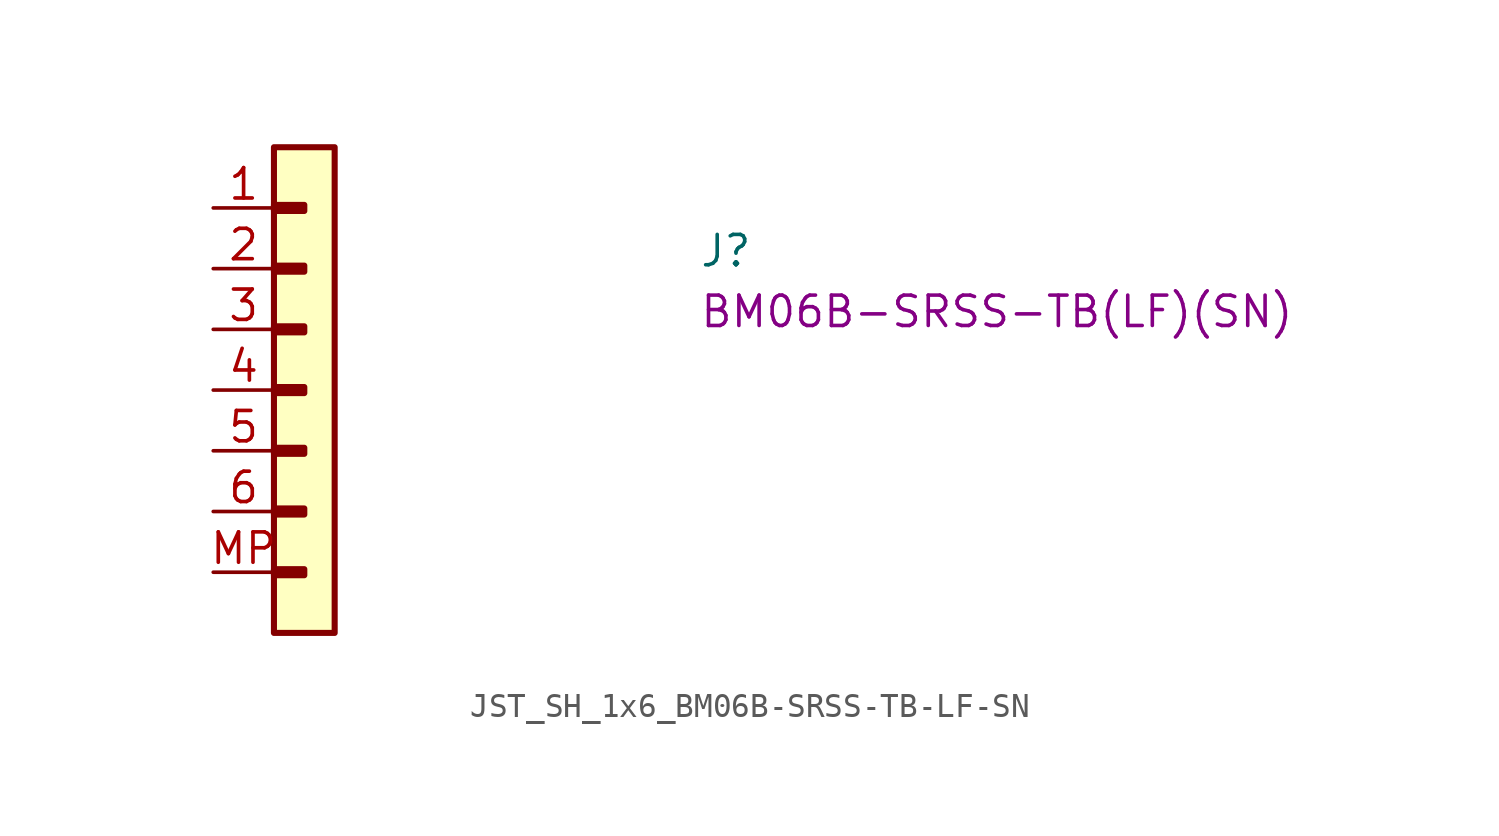
<source format=kicad_sym>
(kicad_symbol_lib
  (version 20220914)
  (generator kicad_symbol_editor)
  (symbol "JST_SH_1x6_BM06B-SRSS-TB-LF-SN"
    (property "Reference" "J"
      (at 20.32 -2.54 0)
      (effects (font (size 1.27 1.27) (thickness 0.15)) (justify left bottom)))
    (property "MPN" "BM06B-SRSS-TB(LF)(SN)"
      (at 20.32 -5.08 0)
      (effects (font (size 1.27 1.27) (thickness 0.15)) (justify left bottom)))
    (symbol "JST_SH_1x6_BM06B-SRSS-TB-LF-SN_1_1"
      (rectangle (start 2.54 -15.113) (end 3.81 -15.367) (stroke (width 0.254) (type default)) (fill (type background)))
      (rectangle (start 2.54 -12.573) (end 3.81 -12.827) (stroke (width 0.254) (type default)) (fill (type background)))
      (rectangle (start 2.54 -10.033) (end 3.81 -10.287) (stroke (width 0.254) (type default)) (fill (type background)))
      (rectangle (start 2.54 -7.493) (end 3.81 -7.747) (stroke (width 0.254) (type default)) (fill (type background)))
      (rectangle (start 2.54 -4.953) (end 3.81 -5.207) (stroke (width 0.254) (type default)) (fill (type background)))
      (rectangle (start 2.54 -2.413) (end 3.81 -2.667) (stroke (width 0.254) (type default)) (fill (type background)))
      (rectangle (start 2.54 0.127) (end 3.81 -0.127) (stroke (width 0.254) (type default)) (fill (type background)))
      (rectangle (start 2.54 2.54) (end 5.08 -17.78) (stroke (width 0.254) (type default)) (fill (type background)))
      (pin passive line (at 0 0 0) (length 2.54) (name "~" (effects (font (size 1.27 1.27)))) (number "1" (effects (font (size 1.27 1.27)))))
      (pin passive line (at 0 -2.54 0) (length 2.54) (name "~" (effects (font (size 1.27 1.27)))) (number "2" (effects (font (size 1.27 1.27)))))
      (pin passive line (at 0 -5.08 0) (length 2.54) (name "~" (effects (font (size 1.27 1.27)))) (number "3" (effects (font (size 1.27 1.27)))))
      (pin passive line (at 0 -7.62 0) (length 2.54) (name "~" (effects (font (size 1.27 1.27)))) (number "4" (effects (font (size 1.27 1.27)))))
      (pin passive line (at 0 -10.16 0) (length 2.54) (name "~" (effects (font (size 1.27 1.27)))) (number "5" (effects (font (size 1.27 1.27)))))
      (pin passive line (at 0 -12.7 0) (length 2.54) (name "~" (effects (font (size 1.27 1.27)))) (number "6" (effects (font (size 1.27 1.27)))))
      (pin passive line (at 0 -15.24 0) (length 2.54) (name "~" (effects (font (size 1.27 1.27)))) (number "MP" (effects (font (size 1.27 1.27))))))))
</source>
